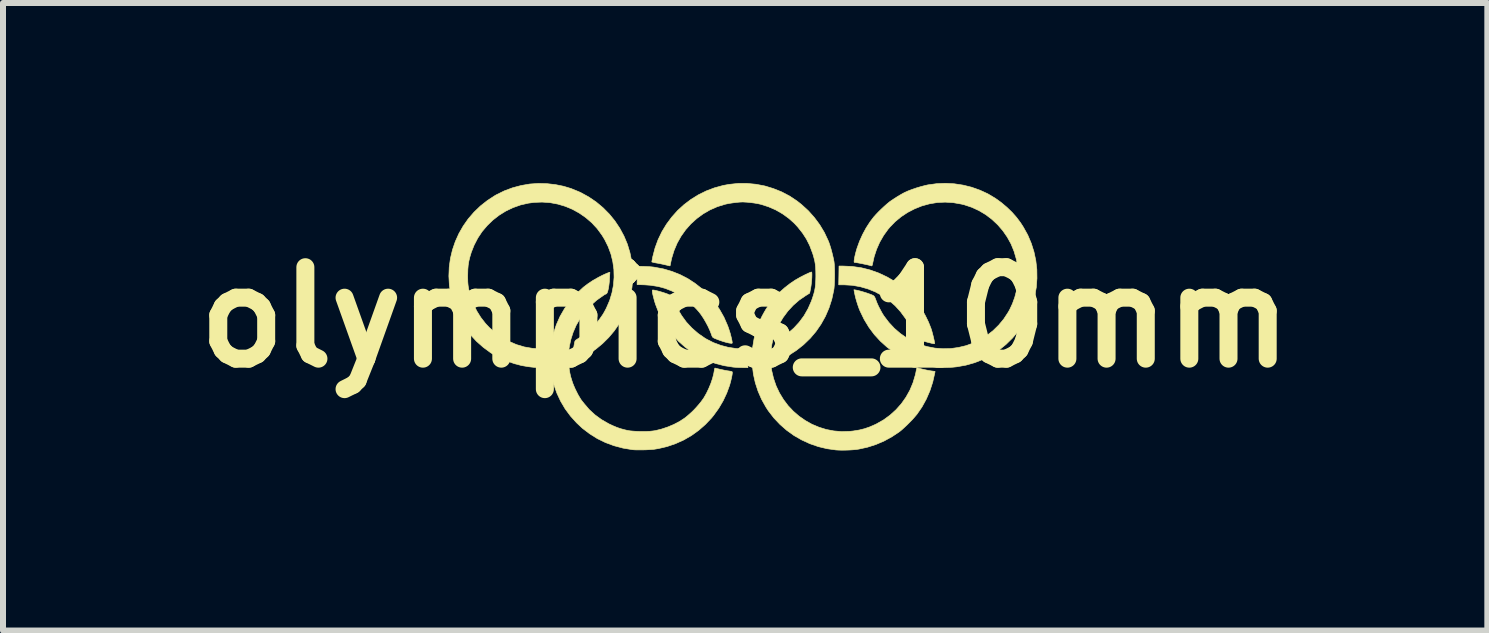
<source format=kicad_pcb>
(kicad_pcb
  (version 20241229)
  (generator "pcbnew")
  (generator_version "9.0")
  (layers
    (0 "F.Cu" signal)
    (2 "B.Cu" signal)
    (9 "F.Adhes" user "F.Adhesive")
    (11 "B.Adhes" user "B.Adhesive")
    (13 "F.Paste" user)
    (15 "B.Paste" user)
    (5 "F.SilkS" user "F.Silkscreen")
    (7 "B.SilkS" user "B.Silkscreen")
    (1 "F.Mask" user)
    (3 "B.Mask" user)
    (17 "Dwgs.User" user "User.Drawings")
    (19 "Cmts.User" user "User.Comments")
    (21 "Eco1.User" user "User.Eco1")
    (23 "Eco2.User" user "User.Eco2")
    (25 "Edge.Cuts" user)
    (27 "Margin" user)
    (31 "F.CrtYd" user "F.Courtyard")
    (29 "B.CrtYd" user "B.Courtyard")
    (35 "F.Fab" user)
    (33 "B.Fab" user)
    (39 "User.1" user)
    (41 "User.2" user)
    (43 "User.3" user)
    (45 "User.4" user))
  (footprint "olympics_10mm"
    (layer "F.Cu")
    (at 9.369 2.238)
    (property "Reference" "olympics_10mm" (at 0 0 0) (layer "F.SilkS") (effects (font (size 1.524 1.524) (thickness 0.3))))
    (attr through_hole)
    (fp_poly (pts (xy -1.525 -0.454) (xy -1.519 -0.453) (xy -1.476 -0.444) (xy -1.427 -0.431) (xy -1.376 -0.416) (xy -1.327 -0.4) (xy -1.283 -0.384) (xy -1.249 -0.369) (xy -1.233 -0.36) (xy -1.221 -0.35) (xy -1.21 -0.334) (xy -1.198 -0.309) (xy -1.183 -0.272) (xy -1.181 -0.268) (xy -1.127 -0.144) (xy -1.059 -0.028) (xy -0.98 0.08) (xy -0.888 0.179) (xy -0.786 0.268) (xy -0.674 0.346) (xy -0.642 0.365) (xy -0.53 0.422) (xy -0.41 0.467) (xy -0.284 0.5) (xy -0.155 0.52) (xy -0.032 0.526) (xy 0.046 0.526) (xy 0.046 0.839) (xy -0.044 0.838) (xy -0.088 0.837) (xy -0.136 0.835) (xy -0.18 0.832) (xy -0.202 0.83) (xy -0.349 0.807) (xy -0.491 0.771) (xy -0.629 0.72) (xy -0.76 0.657) (xy -0.885 0.582) (xy -1.002 0.496) (xy -1.111 0.399) (xy -1.21 0.291) (xy -1.299 0.175) (xy -1.377 0.05) (xy -1.443 -0.084) (xy -1.497 -0.224) (xy -1.497 -0.225) (xy -1.51 -0.267) (xy -1.522 -0.312) (xy -1.533 -0.355) (xy -1.542 -0.393) (xy -1.547 -0.423) (xy -1.548 -0.437) (xy -1.547 -0.451) (xy -1.541 -0.455) (xy -1.525 -0.454)) (stroke (width 0.01) (type solid)) (fill yes) (layer "F.SilkS"))
    (fp_poly (pts (xy 1.63 -0.854) (xy 1.786 -0.847) (xy 1.937 -0.825) (xy 2.084 -0.788) (xy 2.227 -0.737) (xy 2.367 -0.671) (xy 2.504 -0.59) (xy 2.547 -0.561) (xy 2.582 -0.534) (xy 2.625 -0.497) (xy 2.672 -0.454) (xy 2.721 -0.406) (xy 2.769 -0.356) (xy 2.814 -0.307) (xy 2.854 -0.262) (xy 2.886 -0.222) (xy 2.892 -0.213) (xy 2.951 -0.122) (xy 3.006 -0.022) (xy 3.056 0.081) (xy 3.096 0.182) (xy 3.105 0.209) (xy 3.113 0.236) (xy 3.122 0.27) (xy 3.132 0.308) (xy 3.141 0.346) (xy 3.149 0.381) (xy 3.154 0.409) (xy 3.157 0.427) (xy 3.157 0.429) (xy 3.157 0.436) (xy 3.154 0.44) (xy 3.147 0.44) (xy 3.131 0.438) (xy 3.103 0.432) (xy 3.096 0.43) (xy 3.039 0.416) (xy 2.979 0.399) (xy 2.92 0.379) (xy 2.871 0.359) (xy 2.867 0.357) (xy 2.818 0.335) (xy 2.799 0.278) (xy 2.778 0.22) (xy 2.749 0.155) (xy 2.714 0.089) (xy 2.677 0.026) (xy 2.67 0.016) (xy 2.589 -0.094) (xy 2.498 -0.194) (xy 2.397 -0.282) (xy 2.288 -0.358) (xy 2.172 -0.422) (xy 2.049 -0.472) (xy 1.921 -0.509) (xy 1.789 -0.533) (xy 1.652 -0.541) (xy 1.643 -0.541) (xy 1.559 -0.541) (xy 1.562 -0.698) (xy 1.564 -0.854) (xy 1.63 -0.854)) (stroke (width 0.01) (type solid)) (fill yes) (layer "F.SilkS"))
    (fp_poly (pts (xy -1.692 -0.848) (xy -1.65 -0.846) (xy -1.606 -0.844) (xy -1.565 -0.841) (xy -1.528 -0.837) (xy -1.515 -0.835) (xy -1.365 -0.807) (xy -1.221 -0.765) (xy -1.083 -0.71) (xy -0.952 -0.642) (xy -0.829 -0.561) (xy -0.714 -0.47) (xy -0.608 -0.367) (xy -0.512 -0.254) (xy -0.427 -0.131) (xy -0.353 0.00023) (xy -0.292 0.14) (xy -0.286 0.156) (xy -0.267 0.212) (xy -0.248 0.272) (xy -0.233 0.331) (xy -0.221 0.384) (xy -0.218 0.402) (xy -0.215 0.422) (xy -0.217 0.432) (xy -0.225 0.434) (xy -0.23 0.434) (xy -0.247 0.432) (xy -0.273 0.428) (xy -0.294 0.423) (xy -0.331 0.414) (xy -0.377 0.4) (xy -0.427 0.383) (xy -0.474 0.365) (xy -0.507 0.352) (xy -0.527 0.342) (xy -0.54 0.333) (xy -0.549 0.32) (xy -0.558 0.299) (xy -0.564 0.28) (xy -0.588 0.219) (xy -0.619 0.151) (xy -0.656 0.082) (xy -0.695 0.015) (xy -0.736 -0.046) (xy -0.774 -0.095) (xy -0.812 -0.138) (xy -0.857 -0.183) (xy -0.905 -0.228) (xy -0.952 -0.269) (xy -0.994 -0.303) (xy -0.996 -0.304) (xy -1.107 -0.377) (xy -1.219 -0.437) (xy -1.333 -0.482) (xy -1.453 -0.514) (xy -1.579 -0.534) (xy -1.676 -0.541) (xy -1.801 -0.545) (xy -1.8 -0.694) (xy -1.799 -0.74) (xy -1.799 -0.78) (xy -1.798 -0.813) (xy -1.797 -0.836) (xy -1.795 -0.846) (xy -1.795 -0.846) (xy -1.785 -0.848) (xy -1.763 -0.849) (xy -1.731 -0.849) (xy -1.692 -0.848)) (stroke (width 0.01) (type solid)) (fill yes) (layer "F.SilkS"))
    (fp_poly (pts (xy 1.11 -0.748) (xy 1.112 -0.728) (xy 1.112 -0.699) (xy 1.111 -0.662) (xy 1.108 -0.62) (xy 1.104 -0.576) (xy 1.099 -0.533) (xy 1.093 -0.493) (xy 1.091 -0.479) (xy 1.084 -0.447) (xy 1.079 -0.421) (xy 1.075 -0.405) (xy 1.073 -0.401) (xy 1.066 -0.396) (xy 1.049 -0.386) (xy 1.025 -0.371) (xy 1.01 -0.362) (xy 0.902 -0.288) (xy 0.802 -0.201) (xy 0.712 -0.104) (xy 0.632 0.004) (xy 0.563 0.12) (xy 0.506 0.244) (xy 0.462 0.375) (xy 0.462 0.375) (xy 0.445 0.45) (xy 0.434 0.535) (xy 0.428 0.626) (xy 0.427 0.718) (xy 0.432 0.808) (xy 0.442 0.888) (xy 0.473 1.019) (xy 0.516 1.144) (xy 0.572 1.262) (xy 0.639 1.372) (xy 0.716 1.474) (xy 0.803 1.566) (xy 0.899 1.649) (xy 1.003 1.721) (xy 1.113 1.783) (xy 1.23 1.832) (xy 1.352 1.87) (xy 1.478 1.894) (xy 1.608 1.905) (xy 1.741 1.901) (xy 1.801 1.895) (xy 1.9 1.879) (xy 1.989 1.857) (xy 2.076 1.827) (xy 2.165 1.788) (xy 2.19 1.776) (xy 2.308 1.709) (xy 2.416 1.63) (xy 2.515 1.54) (xy 2.603 1.441) (xy 2.68 1.332) (xy 2.745 1.216) (xy 2.797 1.092) (xy 2.836 0.961) (xy 2.845 0.92) (xy 2.851 0.888) (xy 2.857 0.862) (xy 2.861 0.846) (xy 2.862 0.842) (xy 2.869 0.843) (xy 2.889 0.847) (xy 2.916 0.854) (xy 2.945 0.862) (xy 2.988 0.872) (xy 3.035 0.882) (xy 3.078 0.89) (xy 3.096 0.893) (xy 3.165 0.902) (xy 3.16 0.929) (xy 3.126 1.079) (xy 3.079 1.224) (xy 3.019 1.363) (xy 2.947 1.494) (xy 2.863 1.616) (xy 2.853 1.628) (xy 2.823 1.663) (xy 2.786 1.705) (xy 2.742 1.75) (xy 2.697 1.795) (xy 2.652 1.837) (xy 2.61 1.875) (xy 2.575 1.904) (xy 2.568 1.909) (xy 2.445 1.991) (xy 2.315 2.062) (xy 2.179 2.12) (xy 2.039 2.165) (xy 1.898 2.196) (xy 1.853 2.203) (xy 1.801 2.208) (xy 1.739 2.212) (xy 1.674 2.214) (xy 1.609 2.215) (xy 1.55 2.213) (xy 1.514 2.211) (xy 1.364 2.19) (xy 1.218 2.155) (xy 1.077 2.106) (xy 0.942 2.044) (xy 0.813 1.97) (xy 0.692 1.883) (xy 0.58 1.785) (xy 0.478 1.677) (xy 0.386 1.558) (xy 0.347 1.498) (xy 0.274 1.368) (xy 0.215 1.232) (xy 0.169 1.091) (xy 0.137 0.947) (xy 0.119 0.8) (xy 0.114 0.653) (xy 0.124 0.505) (xy 0.148 0.359) (xy 0.185 0.215) (xy 0.237 0.075) (xy 0.258 0.029) (xy 0.282 -0.02) (xy 0.311 -0.073) (xy 0.342 -0.127) (xy 0.373 -0.175) (xy 0.4 -0.216) (xy 0.407 -0.225) (xy 0.425 -0.247) (xy 0.448 -0.276) (xy 0.476 -0.308) (xy 0.505 -0.341) (xy 0.533 -0.372) (xy 0.556 -0.398) (xy 0.574 -0.416) (xy 0.577 -0.42) (xy 0.663 -0.496) (xy 0.747 -0.561) (xy 0.831 -0.618) (xy 0.885 -0.649) (xy 0.92 -0.669) (xy 0.959 -0.689) (xy 0.998 -0.709) (xy 1.035 -0.726) (xy 1.067 -0.741) (xy 1.091 -0.751) (xy 1.105 -0.755) (xy 1.106 -0.755) (xy 1.11 -0.748)) (stroke (width 0.01) (type solid)) (fill yes) (layer "F.SilkS"))
    (fp_poly (pts (xy 0.18 -2.217) (xy 0.326 -2.189) (xy 0.468 -2.146) (xy 0.606 -2.091) (xy 0.738 -2.022) (xy 0.862 -1.94) (xy 0.938 -1.88) (xy 1.051 -1.777) (xy 1.152 -1.664) (xy 1.242 -1.543) (xy 1.319 -1.415) (xy 1.382 -1.281) (xy 1.396 -1.247) (xy 1.411 -1.203) (xy 1.428 -1.149) (xy 1.444 -1.09) (xy 1.459 -1.029) (xy 1.472 -0.973) (xy 1.481 -0.926) (xy 1.485 -0.888) (xy 1.488 -0.837) (xy 1.49 -0.778) (xy 1.491 -0.714) (xy 1.49 -0.649) (xy 1.488 -0.586) (xy 1.485 -0.529) (xy 1.481 -0.481) (xy 1.477 -0.454) (xy 1.444 -0.301) (xy 1.397 -0.155) (xy 1.337 -0.016) (xy 1.264 0.115) (xy 1.179 0.238) (xy 1.082 0.352) (xy 0.973 0.457) (xy 0.854 0.551) (xy 0.724 0.635) (xy 0.71 0.643) (xy 0.679 0.659) (xy 0.644 0.677) (xy 0.607 0.695) (xy 0.571 0.712) (xy 0.54 0.726) (xy 0.516 0.735) (xy 0.502 0.74) (xy 0.501 0.74) (xy 0.498 0.732) (xy 0.496 0.71) (xy 0.497 0.672) (xy 0.498 0.635) (xy 0.501 0.589) (xy 0.505 0.542) (xy 0.51 0.496) (xy 0.517 0.455) (xy 0.523 0.421) (xy 0.529 0.399) (xy 0.532 0.391) (xy 0.541 0.384) (xy 0.559 0.371) (xy 0.583 0.355) (xy 0.591 0.35) (xy 0.707 0.27) (xy 0.81 0.181) (xy 0.902 0.081) (xy 0.982 -0.027) (xy 1.049 -0.145) (xy 1.105 -0.272) (xy 1.127 -0.336) (xy 1.145 -0.394) (xy 1.158 -0.445) (xy 1.167 -0.495) (xy 1.173 -0.547) (xy 1.176 -0.605) (xy 1.178 -0.673) (xy 1.178 -0.694) (xy 1.177 -0.769) (xy 1.174 -0.833) (xy 1.168 -0.889) (xy 1.159 -0.943) (xy 1.145 -0.997) (xy 1.128 -1.056) (xy 1.121 -1.075) (xy 1.076 -1.195) (xy 1.021 -1.304) (xy 0.955 -1.406) (xy 0.877 -1.504) (xy 0.822 -1.564) (xy 0.727 -1.649) (xy 0.622 -1.725) (xy 0.509 -1.79) (xy 0.389 -1.842) (xy 0.265 -1.882) (xy 0.261 -1.883) (xy 0.212 -1.894) (xy 0.153 -1.904) (xy 0.091 -1.912) (xy 0.031 -1.918) (xy -0.022 -1.921) (xy -0.038 -1.922) (xy -0.087 -1.92) (xy -0.144 -1.915) (xy -0.206 -1.907) (xy -0.266 -1.898) (xy -0.32 -1.887) (xy -0.337 -1.883) (xy -0.466 -1.843) (xy -0.588 -1.789) (xy -0.702 -1.723) (xy -0.808 -1.645) (xy -0.905 -1.557) (xy -0.992 -1.459) (xy -1.068 -1.352) (xy -1.133 -1.237) (xy -1.185 -1.114) (xy -1.225 -0.985) (xy -1.239 -0.919) (xy -1.245 -0.891) (xy -1.249 -0.869) (xy -1.252 -0.858) (xy -1.253 -0.857) (xy -1.26 -0.858) (xy -1.279 -0.862) (xy -1.307 -0.869) (xy -1.324 -0.873) (xy -1.363 -0.882) (xy -1.41 -0.892) (xy -1.456 -0.901) (xy -1.474 -0.904) (xy -1.507 -0.91) (xy -1.534 -0.916) (xy -1.551 -0.921) (xy -1.556 -0.924) (xy -1.554 -0.934) (xy -1.55 -0.956) (xy -1.544 -0.985) (xy -1.54 -1.009) (xy -1.502 -1.155) (xy -1.451 -1.294) (xy -1.387 -1.427) (xy -1.311 -1.552) (xy -1.224 -1.669) (xy -1.127 -1.778) (xy -1.02 -1.876) (xy -0.904 -1.964) (xy -0.78 -2.041) (xy -0.648 -2.106) (xy -0.51 -2.158) (xy -0.367 -2.197) (xy -0.269 -2.215) (xy -0.118 -2.231) (xy 0.032 -2.231) (xy 0.18 -2.217)) (stroke (width 0.01) (type solid)) (fill yes) (layer "F.SilkS"))
    (fp_poly (pts (xy -3.302 -2.227) (xy -3.161 -2.211) (xy -3.028 -2.184) (xy -2.902 -2.146) (xy -2.777 -2.095) (xy -2.741 -2.079) (xy -2.608 -2.006) (xy -2.484 -1.922) (xy -2.369 -1.826) (xy -2.265 -1.721) (xy -2.172 -1.607) (xy -2.09 -1.484) (xy -2.02 -1.354) (xy -1.963 -1.218) (xy -1.92 -1.075) (xy -1.89 -0.928) (xy -1.884 -0.881) (xy -1.879 -0.825) (xy -1.877 -0.758) (xy -1.876 -0.687) (xy -1.878 -0.615) (xy -1.882 -0.547) (xy -1.887 -0.494) (xy -1.911 -0.357) (xy -1.949 -0.22) (xy -2 -0.085) (xy -2.063 0.044) (xy -2.104 0.114) (xy -2.183 0.228) (xy -2.275 0.337) (xy -2.377 0.438) (xy -2.488 0.53) (xy -2.606 0.611) (xy -2.64 0.632) (xy -2.678 0.653) (xy -2.718 0.673) (xy -2.758 0.693) (xy -2.795 0.71) (xy -2.827 0.723) (xy -2.852 0.732) (xy -2.867 0.735) (xy -2.869 0.735) (xy -2.873 0.725) (xy -2.874 0.702) (xy -2.874 0.669) (xy -2.871 0.629) (xy -2.867 0.583) (xy -2.861 0.535) (xy -2.855 0.487) (xy -2.847 0.442) (xy -2.84 0.408) (xy -2.835 0.395) (xy -2.824 0.382) (xy -2.804 0.368) (xy -2.777 0.351) (xy -2.698 0.299) (xy -2.618 0.236) (xy -2.542 0.165) (xy -2.472 0.09) (xy -2.43 0.036) (xy -2.4 -0.006) (xy -2.375 -0.042) (xy -2.354 -0.077) (xy -2.332 -0.117) (xy -2.311 -0.158) (xy -2.258 -0.281) (xy -2.22 -0.407) (xy -2.195 -0.536) (xy -2.185 -0.666) (xy -2.188 -0.797) (xy -2.206 -0.927) (xy -2.237 -1.054) (xy -2.283 -1.178) (xy -2.342 -1.297) (xy -2.386 -1.369) (xy -2.466 -1.478) (xy -2.557 -1.576) (xy -2.657 -1.662) (xy -2.765 -1.737) (xy -2.879 -1.8) (xy -2.999 -1.85) (xy -3.124 -1.887) (xy -3.253 -1.911) (xy -3.384 -1.92) (xy -3.517 -1.915) (xy -3.614 -1.902) (xy -3.745 -1.872) (xy -3.871 -1.827) (xy -3.99 -1.77) (xy -4.101 -1.701) (xy -4.205 -1.62) (xy -4.299 -1.529) (xy -4.384 -1.429) (xy -4.457 -1.319) (xy -4.518 -1.201) (xy -4.567 -1.077) (xy -4.567 -1.075) (xy -4.589 -1.002) (xy -4.605 -0.935) (xy -4.616 -0.868) (xy -4.622 -0.798) (xy -4.624 -0.719) (xy -4.625 -0.694) (xy -4.624 -0.637) (xy -4.623 -0.591) (xy -4.62 -0.553) (xy -4.616 -0.518) (xy -4.61 -0.482) (xy -4.607 -0.466) (xy -4.575 -0.343) (xy -4.53 -0.222) (xy -4.473 -0.105) (xy -4.405 0.004) (xy -4.327 0.104) (xy -4.264 0.171) (xy -4.161 0.261) (xy -4.05 0.339) (xy -3.932 0.404) (xy -3.809 0.456) (xy -3.681 0.494) (xy -3.549 0.517) (xy -3.415 0.526) (xy -3.407 0.526) (xy -3.325 0.526) (xy -3.325 0.839) (xy -3.41 0.838) (xy -3.448 0.837) (xy -3.481 0.836) (xy -3.507 0.835) (xy -3.519 0.834) (xy -3.537 0.832) (xy -3.565 0.829) (xy -3.598 0.825) (xy -3.614 0.823) (xy -3.726 0.804) (xy -3.842 0.774) (xy -3.958 0.734) (xy -4.072 0.685) (xy -4.18 0.629) (xy -4.244 0.589) (xy -4.366 0.499) (xy -4.479 0.399) (xy -4.581 0.288) (xy -4.671 0.169) (xy -4.749 0.043) (xy -4.815 -0.091) (xy -4.867 -0.23) (xy -4.905 -0.375) (xy -4.907 -0.385) (xy -4.93 -0.537) (xy -4.938 -0.687) (xy -4.932 -0.836) (xy -4.912 -0.982) (xy -4.878 -1.124) (xy -4.831 -1.262) (xy -4.771 -1.395) (xy -4.699 -1.521) (xy -4.615 -1.641) (xy -4.519 -1.752) (xy -4.412 -1.855) (xy -4.294 -1.948) (xy -4.166 -2.031) (xy -4.144 -2.043) (xy -4.014 -2.107) (xy -3.877 -2.158) (xy -3.735 -2.196) (xy -3.59 -2.221) (xy -3.444 -2.231) (xy -3.302 -2.227)) (stroke (width 0.01) (type solid)) (fill yes) (layer "F.SilkS"))
    (fp_poly (pts (xy -2.26 -0.659) (xy -2.264 -0.592) (xy -2.271 -0.533) (xy -2.279 -0.481) (xy -2.289 -0.44) (xy -2.299 -0.41) (xy -2.31 -0.393) (xy -2.318 -0.389) (xy -2.329 -0.385) (xy -2.347 -0.375) (xy -2.358 -0.368) (xy -2.475 -0.285) (xy -2.578 -0.194) (xy -2.669 -0.094) (xy -2.748 0.015) (xy -2.816 0.133) (xy -2.818 0.137) (xy -2.867 0.25) (xy -2.904 0.365) (xy -2.928 0.475) (xy -2.934 0.513) (xy -2.939 0.545) (xy -2.941 0.576) (xy -2.943 0.61) (xy -2.943 0.65) (xy -2.942 0.701) (xy -2.941 0.719) (xy -2.938 0.797) (xy -2.932 0.865) (xy -2.922 0.926) (xy -2.909 0.986) (xy -2.89 1.048) (xy -2.875 1.094) (xy -2.857 1.139) (xy -2.835 1.19) (xy -2.81 1.241) (xy -2.784 1.292) (xy -2.758 1.336) (xy -2.735 1.373) (xy -2.722 1.39) (xy -2.714 1.401) (xy -2.699 1.419) (xy -2.685 1.437) (xy -2.6 1.537) (xy -2.503 1.626) (xy -2.395 1.705) (xy -2.278 1.772) (xy -2.269 1.777) (xy -2.2 1.809) (xy -2.138 1.835) (xy -2.077 1.856) (xy -2.011 1.874) (xy -1.964 1.885) (xy -1.917 1.893) (xy -1.858 1.898) (xy -1.793 1.902) (xy -1.724 1.903) (xy -1.655 1.903) (xy -1.59 1.9) (xy -1.534 1.894) (xy -1.498 1.889) (xy -1.393 1.863) (xy -1.289 1.828) (xy -1.189 1.786) (xy -1.097 1.738) (xy -1.017 1.686) (xy -1.003 1.676) (xy -0.981 1.659) (xy -0.961 1.642) (xy -0.939 1.623) (xy -0.912 1.599) (xy -0.892 1.581) (xy -0.854 1.544) (xy -0.813 1.5) (xy -0.771 1.452) (xy -0.733 1.405) (xy -0.702 1.362) (xy -0.688 1.342) (xy -0.646 1.268) (xy -0.607 1.187) (xy -0.572 1.103) (xy -0.544 1.02) (xy -0.524 0.941) (xy -0.514 0.886) (xy -0.51 0.864) (xy -0.506 0.85) (xy -0.504 0.846) (xy -0.495 0.848) (xy -0.475 0.853) (xy -0.446 0.86) (xy -0.427 0.865) (xy -0.384 0.874) (xy -0.337 0.884) (xy -0.293 0.892) (xy -0.284 0.893) (xy -0.251 0.898) (xy -0.23 0.902) (xy -0.219 0.906) (xy -0.215 0.912) (xy -0.214 0.921) (xy -0.214 0.924) (xy -0.216 0.945) (xy -0.221 0.976) (xy -0.229 1.015) (xy -0.239 1.057) (xy -0.25 1.099) (xy -0.259 1.132) (xy -0.307 1.263) (xy -0.368 1.393) (xy -0.441 1.517) (xy -0.526 1.635) (xy -0.561 1.678) (xy -0.663 1.786) (xy -0.775 1.884) (xy -0.896 1.971) (xy -1.025 2.045) (xy -1.161 2.106) (xy -1.301 2.154) (xy -1.446 2.188) (xy -1.52 2.2) (xy -1.557 2.203) (xy -1.605 2.206) (xy -1.658 2.209) (xy -1.714 2.21) (xy -1.768 2.21) (xy -1.817 2.21) (xy -1.858 2.208) (xy -1.88 2.206) (xy -2.037 2.18) (xy -2.187 2.14) (xy -2.33 2.087) (xy -2.465 2.021) (xy -2.592 1.941) (xy -2.713 1.849) (xy -2.81 1.758) (xy -2.911 1.646) (xy -3 1.526) (xy -3.076 1.397) (xy -3.139 1.262) (xy -3.189 1.12) (xy -3.224 0.974) (xy -3.241 0.865) (xy -3.252 0.712) (xy -3.247 0.561) (xy -3.228 0.411) (xy -3.194 0.265) (xy -3.146 0.122) (xy -3.085 -0.015) (xy -3.009 -0.147) (xy -2.92 -0.272) (xy -2.89 -0.309) (xy -2.87 -0.331) (xy -2.842 -0.361) (xy -2.809 -0.394) (xy -2.773 -0.429) (xy -2.739 -0.461) (xy -2.709 -0.489) (xy -2.696 -0.501) (xy -2.621 -0.558) (xy -2.537 -0.614) (xy -2.447 -0.665) (xy -2.401 -0.689) (xy -2.364 -0.707) (xy -2.329 -0.723) (xy -2.3 -0.735) (xy -2.281 -0.743) (xy -2.277 -0.744) (xy -2.255 -0.75) (xy -2.26 -0.659)) (stroke (width 0.01) (type solid)) (fill yes) (layer "F.SilkS"))
    (fp_poly (pts (xy 3.485 -2.225) (xy 3.631 -2.203) (xy 3.773 -2.168) (xy 3.911 -2.119) (xy 4.044 -2.058) (xy 4.17 -1.983) (xy 4.267 -1.913) (xy 4.363 -1.832) (xy 4.447 -1.751) (xy 4.522 -1.666) (xy 4.59 -1.575) (xy 4.637 -1.502) (xy 4.71 -1.37) (xy 4.768 -1.233) (xy 4.813 -1.091) (xy 4.844 -0.945) (xy 4.861 -0.798) (xy 4.863 -0.649) (xy 4.852 -0.5) (xy 4.826 -0.353) (xy 4.785 -0.209) (xy 4.769 -0.161) (xy 4.709 -0.023) (xy 4.636 0.108) (xy 4.551 0.232) (xy 4.454 0.347) (xy 4.347 0.452) (xy 4.23 0.547) (xy 4.104 0.629) (xy 4.093 0.635) (xy 3.961 0.703) (xy 3.823 0.757) (xy 3.678 0.798) (xy 3.526 0.825) (xy 3.508 0.827) (xy 3.459 0.832) (xy 3.401 0.835) (xy 3.341 0.837) (xy 3.283 0.837) (xy 3.231 0.836) (xy 3.195 0.834) (xy 3.039 0.81) (xy 2.889 0.773) (xy 2.746 0.723) (xy 2.61 0.66) (xy 2.482 0.584) (xy 2.363 0.496) (xy 2.253 0.397) (xy 2.152 0.287) (xy 2.062 0.166) (xy 1.982 0.034) (xy 1.914 -0.107) (xy 1.898 -0.146) (xy 1.88 -0.197) (xy 1.861 -0.256) (xy 1.843 -0.318) (xy 1.829 -0.377) (xy 1.819 -0.426) (xy 1.813 -0.459) (xy 1.846 -0.454) (xy 1.885 -0.446) (xy 1.93 -0.434) (xy 1.978 -0.42) (xy 2.026 -0.405) (xy 2.071 -0.389) (xy 2.109 -0.375) (xy 2.136 -0.362) (xy 2.143 -0.357) (xy 2.154 -0.345) (xy 2.166 -0.322) (xy 2.177 -0.292) (xy 2.178 -0.29) (xy 2.197 -0.24) (xy 2.223 -0.182) (xy 2.254 -0.123) (xy 2.285 -0.066) (xy 2.312 -0.023) (xy 2.394 0.085) (xy 2.486 0.184) (xy 2.587 0.271) (xy 2.697 0.347) (xy 2.813 0.41) (xy 2.936 0.46) (xy 3.031 0.488) (xy 3.164 0.514) (xy 3.296 0.524) (xy 3.427 0.521) (xy 3.555 0.503) (xy 3.681 0.473) (xy 3.802 0.429) (xy 3.918 0.372) (xy 4.027 0.304) (xy 4.13 0.224) (xy 4.224 0.132) (xy 4.309 0.03) (xy 4.383 -0.083) (xy 4.407 -0.125) (xy 4.454 -0.225) (xy 4.493 -0.333) (xy 4.523 -0.447) (xy 4.543 -0.56) (xy 4.552 -0.67) (xy 4.552 -0.694) (xy 4.551 -0.738) (xy 4.546 -0.79) (xy 4.539 -0.848) (xy 4.531 -0.905) (xy 4.522 -0.957) (xy 4.518 -0.974) (xy 4.481 -1.101) (xy 4.431 -1.223) (xy 4.368 -1.337) (xy 4.293 -1.445) (xy 4.208 -1.543) (xy 4.113 -1.632) (xy 4.009 -1.711) (xy 3.897 -1.778) (xy 3.778 -1.833) (xy 3.652 -1.875) (xy 3.602 -1.887) (xy 3.466 -1.911) (xy 3.333 -1.919) (xy 3.202 -1.913) (xy 3.071 -1.891) (xy 2.944 -1.856) (xy 2.824 -1.808) (xy 2.708 -1.748) (xy 2.599 -1.676) (xy 2.499 -1.593) (xy 2.41 -1.501) (xy 2.382 -1.468) (xy 2.307 -1.364) (xy 2.242 -1.251) (xy 2.19 -1.133) (xy 2.15 -1.012) (xy 2.127 -0.909) (xy 2.121 -0.88) (xy 2.116 -0.864) (xy 2.11 -0.857) (xy 2.105 -0.857) (xy 2.073 -0.866) (xy 2.033 -0.876) (xy 1.989 -0.885) (xy 1.943 -0.895) (xy 1.9 -0.903) (xy 1.862 -0.91) (xy 1.834 -0.914) (xy 1.819 -0.915) (xy 1.816 -0.922) (xy 1.816 -0.941) (xy 1.82 -0.971) (xy 1.827 -1.01) (xy 1.837 -1.054) (xy 1.85 -1.103) (xy 1.864 -1.151) (xy 1.906 -1.267) (xy 1.958 -1.382) (xy 2.018 -1.493) (xy 2.085 -1.596) (xy 2.145 -1.674) (xy 2.179 -1.712) (xy 2.221 -1.756) (xy 2.268 -1.802) (xy 2.316 -1.847) (xy 2.361 -1.887) (xy 2.4 -1.919) (xy 2.406 -1.924) (xy 2.444 -1.951) (xy 2.49 -1.981) (xy 2.54 -2.013) (xy 2.589 -2.042) (xy 2.633 -2.067) (xy 2.658 -2.08) (xy 2.713 -2.105) (xy 2.779 -2.13) (xy 2.851 -2.155) (xy 2.925 -2.177) (xy 2.997 -2.196) (xy 3.046 -2.207) (xy 3.192 -2.227) (xy 3.339 -2.233) (xy 3.485 -2.225)) (stroke (width 0.01) (type solid)) (fill yes) (layer "F.SilkS")))
  (gr_rect
    (start -3 -3)
    (end 21.738 7.458)
    (stroke (width 0.1) (type default))
    (fill no)
    (layer "Edge.Cuts")))
</source>
